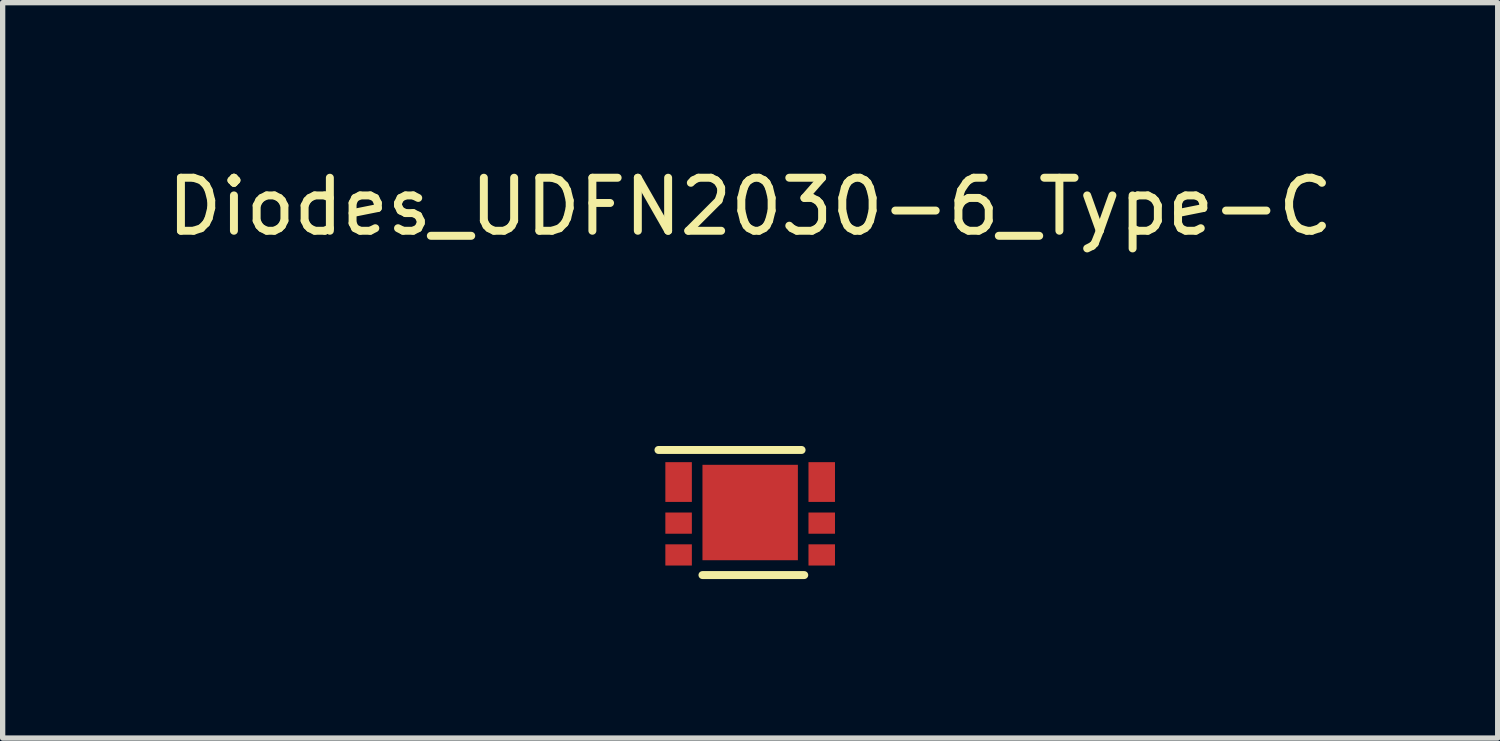
<source format=kicad_pcb>
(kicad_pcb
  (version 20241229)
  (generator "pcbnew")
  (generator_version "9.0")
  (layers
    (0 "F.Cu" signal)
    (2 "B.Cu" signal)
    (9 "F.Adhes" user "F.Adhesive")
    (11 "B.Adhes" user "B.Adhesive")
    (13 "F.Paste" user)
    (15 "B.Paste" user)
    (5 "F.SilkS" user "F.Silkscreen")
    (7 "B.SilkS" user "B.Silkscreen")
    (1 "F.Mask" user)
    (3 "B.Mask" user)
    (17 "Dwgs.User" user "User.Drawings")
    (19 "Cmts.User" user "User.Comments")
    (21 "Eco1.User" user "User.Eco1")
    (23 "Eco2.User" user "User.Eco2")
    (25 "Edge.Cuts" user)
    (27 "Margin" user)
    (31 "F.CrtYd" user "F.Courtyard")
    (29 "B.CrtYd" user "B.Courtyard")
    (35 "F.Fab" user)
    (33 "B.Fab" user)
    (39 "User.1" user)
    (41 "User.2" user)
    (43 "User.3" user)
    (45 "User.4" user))
  (footprint "Diodes_UDFN2030-6_Type-C"
    (layer "F.Cu")
    (at 11.101 6.618)
    (property "Reference" "Diodes_UDFN2030-6_Type-C" (at 0 -5.77 0) (layer "F.SilkS") (effects (font (size 1 1) (thickness 0.15))))
    (attr through_hole)
    (fp_line (start -1.73 -1.18) (end 0.97 -1.18) (stroke (width 0.15) (type solid)) (layer "F.SilkS"))
    (fp_line (start -0.9 1.18) (end 1.02 1.18) (stroke (width 0.15) (type solid)) (layer "F.SilkS"))
    (pad "1" smd rect (at -1.35 -0.575 270) (size 0.75 0.5) (layers "F.Cu" "F.Mask" "F.Paste"))
    (pad "2" smd rect (at -1.35 0.2 270) (size 0.4 0.5) (layers "F.Cu" "F.Mask" "F.Paste"))
    (pad "3" smd rect (at -1.35 0.8 270) (size 0.4 0.5) (layers "F.Cu" "F.Mask" "F.Paste"))
    (pad "4" smd rect (at 1.35 0.8 270) (size 0.4 0.5) (layers "F.Cu" "F.Mask" "F.Paste"))
    (pad "5" smd rect (at 1.35 0.2 270) (size 0.4 0.5) (layers "F.Cu" "F.Mask" "F.Paste"))
    (pad "6" smd rect (at 1.35 -0.575 270) (size 0.75 0.5) (layers "F.Cu" "F.Mask" "F.Paste"))
    (pad "7" smd rect (at 0 0 270) (size 1.8 1.8) (layers "F.Cu" "F.Mask" "F.Paste")))
  (gr_rect
    (start -3 -3)
    (end 25.202 10.873)
    (stroke (width 0.1) (type default))
    (fill no)
    (layer "Edge.Cuts")))
</source>
